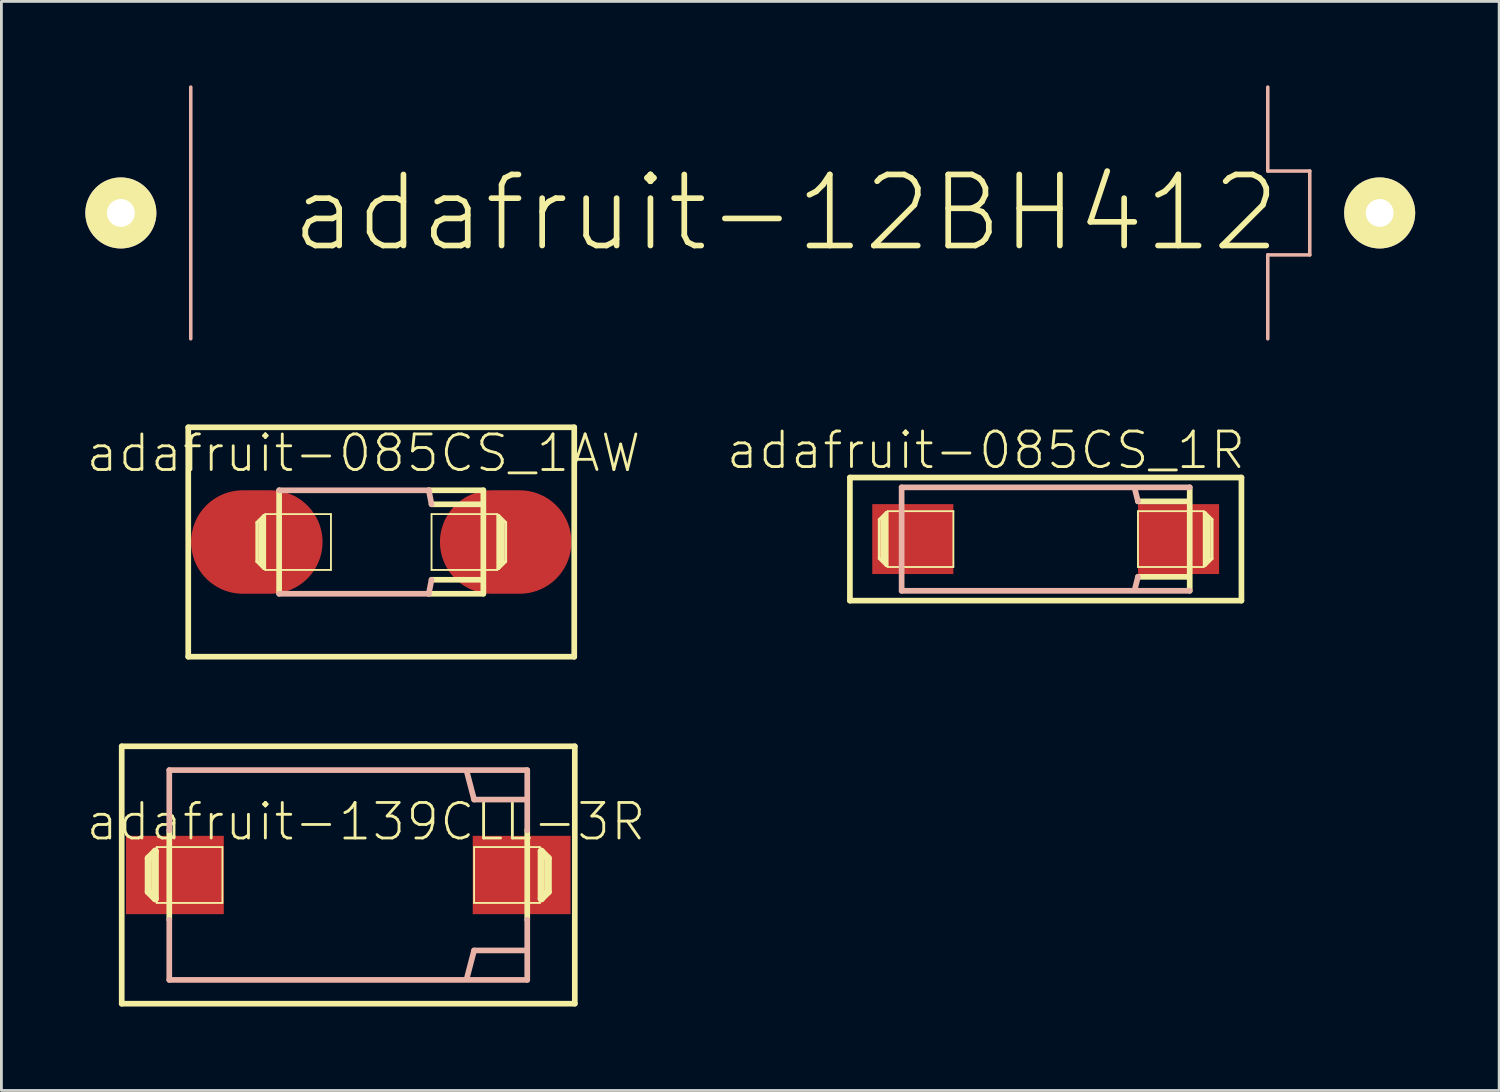
<source format=kicad_pcb>
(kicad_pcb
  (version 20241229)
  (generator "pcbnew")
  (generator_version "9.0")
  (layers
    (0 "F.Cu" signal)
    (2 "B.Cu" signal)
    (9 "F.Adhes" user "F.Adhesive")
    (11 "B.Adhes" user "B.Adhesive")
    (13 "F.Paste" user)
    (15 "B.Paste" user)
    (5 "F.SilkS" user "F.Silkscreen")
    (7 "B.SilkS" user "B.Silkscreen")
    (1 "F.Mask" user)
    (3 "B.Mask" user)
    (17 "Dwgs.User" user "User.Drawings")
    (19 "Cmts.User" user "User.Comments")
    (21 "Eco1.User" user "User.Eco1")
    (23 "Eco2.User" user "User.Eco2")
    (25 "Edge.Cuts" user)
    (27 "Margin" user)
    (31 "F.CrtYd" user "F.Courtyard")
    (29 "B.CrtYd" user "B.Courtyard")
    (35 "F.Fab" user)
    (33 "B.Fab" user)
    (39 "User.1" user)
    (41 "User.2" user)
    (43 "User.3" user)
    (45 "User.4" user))
  (footprint "adafruit-12BH412"
    (layer "F.Cu")
    (at 23.769 4.562)
    (property "Reference" "adafruit-12BH412" (at 1.27 0 0) (layer "F.SilkS") (effects (font (size 2.54 2.54) (thickness 0.203))))
    (attr exclude_from_pos_files exclude_from_bom)
    (fp_line (start -20 -4.498) (end -20 4.498) (stroke (width 0.127) (type solid)) (layer "B.SilkS"))
    (fp_line (start 18.499 -1.499) (end 18.499 -4.498) (stroke (width 0.127) (type solid)) (layer "B.SilkS"))
    (fp_line (start 18.499 1.499) (end 20 1.499) (stroke (width 0.127) (type solid)) (layer "B.SilkS"))
    (fp_line (start 18.499 4.498) (end 18.499 1.499) (stroke (width 0.127) (type solid)) (layer "B.SilkS"))
    (fp_line (start 20 -1.499) (end 18.499 -1.499) (stroke (width 0.127) (type solid)) (layer "B.SilkS"))
    (fp_line (start 20 1.499) (end 20 -1.499) (stroke (width 0.127) (type solid)) (layer "B.SilkS"))
    (pad "+" thru_hole circle (at 22.499 0) (size 2.54 2.54) (drill 0.998) (layers "*.Cu" "F.Mask" "F.SilkS" "F.Paste"))
    (pad "-" thru_hole circle (at -22.499 0) (size 2.54 2.54) (drill 0.998) (layers "*.Cu" "F.Mask" "F.SilkS" "F.Paste")))
  (footprint "adafruit-139CLL-3R"
    (layer "F.Cu")
    (at 9.399 28.228)
    (property "Reference" "adafruit-139CLL-3R" (at 0.635 -1.905 0) (layer "F.SilkS") (effects (font (size 1.27 1.27) (thickness 0.102))))
    (attr smd)
    (fp_line (start -8.098 -4.6) (end -8.098 4.6) (stroke (width 0.203) (type solid)) (layer "F.SilkS"))
    (fp_line (start -8.098 4.6) (end 8.098 4.6) (stroke (width 0.203) (type solid)) (layer "F.SilkS"))
    (fp_line (start -7.148 -0.599) (end -6.899 -0.848) (stroke (width 0.254) (type solid)) (layer "F.SilkS"))
    (fp_line (start -7.148 0.599) (end -7.148 -0.599) (stroke (width 0.254) (type solid)) (layer "F.SilkS"))
    (fp_line (start -6.899 -0.848) (end -6.899 0.848) (stroke (width 0.254) (type solid)) (layer "F.SilkS"))
    (fp_line (start -6.899 0.848) (end -7.148 0.599) (stroke (width 0.254) (type solid)) (layer "F.SilkS"))
    (fp_line (start -6.848 -0.998) (end -4.498 -0.998) (stroke (width 0.066) (type solid)) (layer "F.SilkS"))
    (fp_line (start -6.848 0.998) (end -6.848 -0.998) (stroke (width 0.066) (type solid)) (layer "F.SilkS"))
    (fp_line (start -6.848 0.998) (end -4.498 0.998) (stroke (width 0.066) (type solid)) (layer "F.SilkS"))
    (fp_line (start -6.398 1.598) (end -6.398 -1.598) (stroke (width 0.203) (type solid)) (layer "F.SilkS"))
    (fp_line (start -4.498 0.998) (end -4.498 -0.998) (stroke (width 0.066) (type solid)) (layer "F.SilkS"))
    (fp_line (start 4.498 -0.998) (end 6.848 -0.998) (stroke (width 0.066) (type solid)) (layer "F.SilkS"))
    (fp_line (start 4.498 0.998) (end 4.498 -0.998) (stroke (width 0.066) (type solid)) (layer "F.SilkS"))
    (fp_line (start 4.498 0.998) (end 6.848 0.998) (stroke (width 0.066) (type solid)) (layer "F.SilkS"))
    (fp_line (start 6.398 -1.598) (end 6.398 1.598) (stroke (width 0.203) (type solid)) (layer "F.SilkS"))
    (fp_line (start 6.848 0.998) (end 6.848 -0.998) (stroke (width 0.066) (type solid)) (layer "F.SilkS"))
    (fp_line (start 6.899 -0.848) (end 7.148 -0.599) (stroke (width 0.254) (type solid)) (layer "F.SilkS"))
    (fp_line (start 6.899 0.848) (end 6.899 -0.848) (stroke (width 0.254) (type solid)) (layer "F.SilkS"))
    (fp_line (start 7.148 -0.599) (end 7.148 0.599) (stroke (width 0.254) (type solid)) (layer "F.SilkS"))
    (fp_line (start 7.148 0.599) (end 6.899 0.848) (stroke (width 0.254) (type solid)) (layer "F.SilkS"))
    (fp_line (start 8.098 -4.6) (end -8.098 -4.6) (stroke (width 0.203) (type solid)) (layer "F.SilkS"))
    (fp_line (start 8.098 4.6) (end 8.098 -4.6) (stroke (width 0.203) (type solid)) (layer "F.SilkS"))
    (fp_line (start -6.398 -3.749) (end 6.398 -3.749) (stroke (width 0.203) (type solid)) (layer "B.SilkS"))
    (fp_line (start -6.398 -1.598) (end -6.398 -3.749) (stroke (width 0.203) (type solid)) (layer "B.SilkS"))
    (fp_line (start -6.398 3.749) (end -6.398 1.598) (stroke (width 0.203) (type solid)) (layer "B.SilkS"))
    (fp_line (start 4.498 -2.697) (end 4.249 -3.65) (stroke (width 0.203) (type solid)) (layer "B.SilkS"))
    (fp_line (start 4.498 2.697) (end 4.249 3.65) (stroke (width 0.203) (type solid)) (layer "B.SilkS"))
    (fp_line (start 6.35 -2.697) (end 4.498 -2.697) (stroke (width 0.203) (type solid)) (layer "B.SilkS"))
    (fp_line (start 6.35 2.697) (end 4.498 2.697) (stroke (width 0.203) (type solid)) (layer "B.SilkS"))
    (fp_line (start 6.398 -3.749) (end 6.398 -1.598) (stroke (width 0.203) (type solid)) (layer "B.SilkS"))
    (fp_line (start 6.398 1.598) (end 6.398 3.749) (stroke (width 0.203) (type solid)) (layer "B.SilkS"))
    (fp_line (start 6.398 3.749) (end -6.398 3.749) (stroke (width 0.203) (type solid)) (layer "B.SilkS"))
    (pad "+" smd rect (at 6.198 0) (size 3.498 2.799) (layers "F.Cu" "F.Mask" "F.Paste"))
    (pad "-" smd rect (at -6.198 0) (size 3.498 2.799) (layers "F.Cu" "F.Mask" "F.Paste")))
  (footprint "adafruit-085CS_1R"
    (layer "F.Cu")
    (at 34.329 16.22)
    (property "Reference" "adafruit-085CS_1R" (at -2.134 -3.175 0) (layer "F.SilkS") (effects (font (size 1.27 1.27) (thickness 0.102))))
    (attr smd)
    (fp_line (start -6.998 -2.2) (end -6.998 2.2) (stroke (width 0.203) (type solid)) (layer "F.SilkS"))
    (fp_line (start -6.998 -2.2) (end 6.998 -2.2) (stroke (width 0.203) (type solid)) (layer "F.SilkS"))
    (fp_line (start -6.998 2.2) (end 6.998 2.2) (stroke (width 0.203) (type solid)) (layer "F.SilkS"))
    (fp_line (start -5.949 -0.699) (end -5.949 0.699) (stroke (width 0.102) (type solid)) (layer "F.SilkS"))
    (fp_line (start -5.949 0.699) (end -5.7 0.95) (stroke (width 0.102) (type solid)) (layer "F.SilkS"))
    (fp_line (start -5.799 -0.749) (end -5.799 0.749) (stroke (width 0.203) (type solid)) (layer "F.SilkS"))
    (fp_line (start -5.7 -0.95) (end -5.949 -0.699) (stroke (width 0.102) (type solid)) (layer "F.SilkS"))
    (fp_line (start -5.7 0.95) (end -5.7 -0.95) (stroke (width 0.102) (type solid)) (layer "F.SilkS"))
    (fp_line (start -5.649 -0.998) (end -3.299 -0.998) (stroke (width 0.066) (type solid)) (layer "F.SilkS"))
    (fp_line (start -5.649 0.998) (end -5.649 -0.998) (stroke (width 0.066) (type solid)) (layer "F.SilkS"))
    (fp_line (start -5.649 0.998) (end -3.299 0.998) (stroke (width 0.066) (type solid)) (layer "F.SilkS"))
    (fp_line (start -3.299 0.998) (end -3.299 -0.998) (stroke (width 0.066) (type solid)) (layer "F.SilkS"))
    (fp_line (start 3.299 -0.998) (end 5.649 -0.998) (stroke (width 0.066) (type solid)) (layer "F.SilkS"))
    (fp_line (start 3.299 0.998) (end 3.299 -0.998) (stroke (width 0.066) (type solid)) (layer "F.SilkS"))
    (fp_line (start 3.299 0.998) (end 5.649 0.998) (stroke (width 0.066) (type solid)) (layer "F.SilkS"))
    (fp_line (start 5.05 -1.349) (end 3.299 -1.349) (stroke (width 0.203) (type solid)) (layer "F.SilkS"))
    (fp_line (start 5.098 1.349) (end 3.299 1.349) (stroke (width 0.203) (type solid)) (layer "F.SilkS"))
    (fp_line (start 5.149 1.849) (end 5.149 -1.849) (stroke (width 0.203) (type solid)) (layer "F.SilkS"))
    (fp_line (start 5.649 0.998) (end 5.649 -0.998) (stroke (width 0.066) (type solid)) (layer "F.SilkS"))
    (fp_line (start 5.7 -0.95) (end 5.7 0.95) (stroke (width 0.102) (type solid)) (layer "F.SilkS"))
    (fp_line (start 5.7 0.95) (end 5.949 0.699) (stroke (width 0.102) (type solid)) (layer "F.SilkS"))
    (fp_line (start 5.799 0.749) (end 5.799 -0.749) (stroke (width 0.203) (type solid)) (layer "F.SilkS"))
    (fp_line (start 5.949 -0.699) (end 5.7 -0.95) (stroke (width 0.102) (type solid)) (layer "F.SilkS"))
    (fp_line (start 5.949 0.699) (end 5.949 -0.699) (stroke (width 0.102) (type solid)) (layer "F.SilkS"))
    (fp_line (start 6.998 -2.2) (end 6.998 2.2) (stroke (width 0.203) (type solid)) (layer "F.SilkS"))
    (fp_line (start -5.149 -1.849) (end -5.149 1.849) (stroke (width 0.203) (type solid)) (layer "B.SilkS"))
    (fp_line (start -5.149 1.849) (end 5.149 1.849) (stroke (width 0.203) (type solid)) (layer "B.SilkS"))
    (fp_line (start 3.299 -1.349) (end 3.198 -1.748) (stroke (width 0.203) (type solid)) (layer "B.SilkS"))
    (fp_line (start 3.299 1.349) (end 3.198 1.748) (stroke (width 0.203) (type solid)) (layer "B.SilkS"))
    (fp_line (start 5.149 -1.849) (end -5.149 -1.849) (stroke (width 0.203) (type solid)) (layer "B.SilkS"))
    (pad "+" smd rect (at 4.75 0) (size 2.898 2.499) (layers "F.Cu" "F.Mask" "F.Paste"))
    (pad "-" smd rect (at -4.75 0) (size 2.898 2.499) (layers "F.Cu" "F.Mask" "F.Paste")))
  (footprint "adafruit-085CS_1AW"
    (layer "F.Cu")
    (at 10.578 16.325)
    (property "Reference" "adafruit-085CS_1AW" (at -0.635 -3.175 0) (layer "F.SilkS") (effects (font (size 1.27 1.27) (thickness 0.102))))
    (attr smd)
    (fp_line (start -6.899 -4.1) (end -6.899 4.1) (stroke (width 0.203) (type solid)) (layer "F.SilkS"))
    (fp_line (start -6.899 -4.1) (end 6.899 -4.1) (stroke (width 0.203) (type solid)) (layer "F.SilkS"))
    (fp_line (start -6.899 4.1) (end 6.899 4.1) (stroke (width 0.203) (type solid)) (layer "F.SilkS"))
    (fp_line (start -4.448 -0.699) (end -4.448 0.699) (stroke (width 0.102) (type solid)) (layer "F.SilkS"))
    (fp_line (start -4.448 0.699) (end -4.199 0.95) (stroke (width 0.102) (type solid)) (layer "F.SilkS"))
    (fp_line (start -4.298 -0.749) (end -4.298 0.749) (stroke (width 0.203) (type solid)) (layer "F.SilkS"))
    (fp_line (start -4.199 -0.95) (end -4.448 -0.699) (stroke (width 0.102) (type solid)) (layer "F.SilkS"))
    (fp_line (start -4.199 0.95) (end -4.199 -0.95) (stroke (width 0.102) (type solid)) (layer "F.SilkS"))
    (fp_line (start -4.148 -0.998) (end -1.798 -0.998) (stroke (width 0.066) (type solid)) (layer "F.SilkS"))
    (fp_line (start -4.148 0.998) (end -4.148 -0.998) (stroke (width 0.066) (type solid)) (layer "F.SilkS"))
    (fp_line (start -4.148 0.998) (end -1.798 0.998) (stroke (width 0.066) (type solid)) (layer "F.SilkS"))
    (fp_line (start -3.65 -1.849) (end -3.65 1.849) (stroke (width 0.203) (type solid)) (layer "F.SilkS"))
    (fp_line (start -1.798 0.998) (end -1.798 -0.998) (stroke (width 0.066) (type solid)) (layer "F.SilkS"))
    (fp_line (start 1.699 1.849) (end 3.65 1.849) (stroke (width 0.203) (type solid)) (layer "F.SilkS"))
    (fp_line (start 1.798 -0.998) (end 4.148 -0.998) (stroke (width 0.066) (type solid)) (layer "F.SilkS"))
    (fp_line (start 1.798 0.998) (end 1.798 -0.998) (stroke (width 0.066) (type solid)) (layer "F.SilkS"))
    (fp_line (start 1.798 0.998) (end 4.148 0.998) (stroke (width 0.066) (type solid)) (layer "F.SilkS"))
    (fp_line (start 3.548 -1.349) (end 1.798 -1.349) (stroke (width 0.203) (type solid)) (layer "F.SilkS"))
    (fp_line (start 3.599 1.349) (end 1.798 1.349) (stroke (width 0.203) (type solid)) (layer "F.SilkS"))
    (fp_line (start 3.65 -1.849) (end 1.699 -1.849) (stroke (width 0.203) (type solid)) (layer "F.SilkS"))
    (fp_line (start 3.65 1.849) (end 3.65 -1.849) (stroke (width 0.203) (type solid)) (layer "F.SilkS"))
    (fp_line (start 4.148 0.998) (end 4.148 -0.998) (stroke (width 0.066) (type solid)) (layer "F.SilkS"))
    (fp_line (start 4.199 -0.95) (end 4.199 0.95) (stroke (width 0.102) (type solid)) (layer "F.SilkS"))
    (fp_line (start 4.199 0.95) (end 4.448 0.699) (stroke (width 0.102) (type solid)) (layer "F.SilkS"))
    (fp_line (start 4.298 0.749) (end 4.298 -0.749) (stroke (width 0.203) (type solid)) (layer "F.SilkS"))
    (fp_line (start 4.448 -0.699) (end 4.199 -0.95) (stroke (width 0.102) (type solid)) (layer "F.SilkS"))
    (fp_line (start 4.448 0.699) (end 4.448 -0.699) (stroke (width 0.102) (type solid)) (layer "F.SilkS"))
    (fp_line (start 6.899 -4.1) (end 6.899 4.1) (stroke (width 0.203) (type solid)) (layer "F.SilkS"))
    (fp_line (start -3.65 1.849) (end 1.699 1.849) (stroke (width 0.203) (type solid)) (layer "B.SilkS"))
    (fp_line (start 1.699 -1.849) (end -3.65 -1.849) (stroke (width 0.203) (type solid)) (layer "B.SilkS"))
    (fp_line (start 1.798 -1.349) (end 1.699 -1.849) (stroke (width 0.203) (type solid)) (layer "B.SilkS"))
    (fp_line (start 1.798 1.349) (end 1.699 1.849) (stroke (width 0.203) (type solid)) (layer "B.SilkS"))
    (pad "+" smd oval (at 4.448 0) (size 4.699 3.698) (layers "F.Cu" "F.Mask" "F.Paste"))
    (pad "-" smd oval (at -4.448 0) (size 4.699 3.698) (layers "F.Cu" "F.Mask" "F.Paste")))
  (gr_rect
    (start -3 -3)
    (end 50.539 35.929)
    (stroke (width 0.1) (type default))
    (fill no)
    (layer "Edge.Cuts")))
</source>
